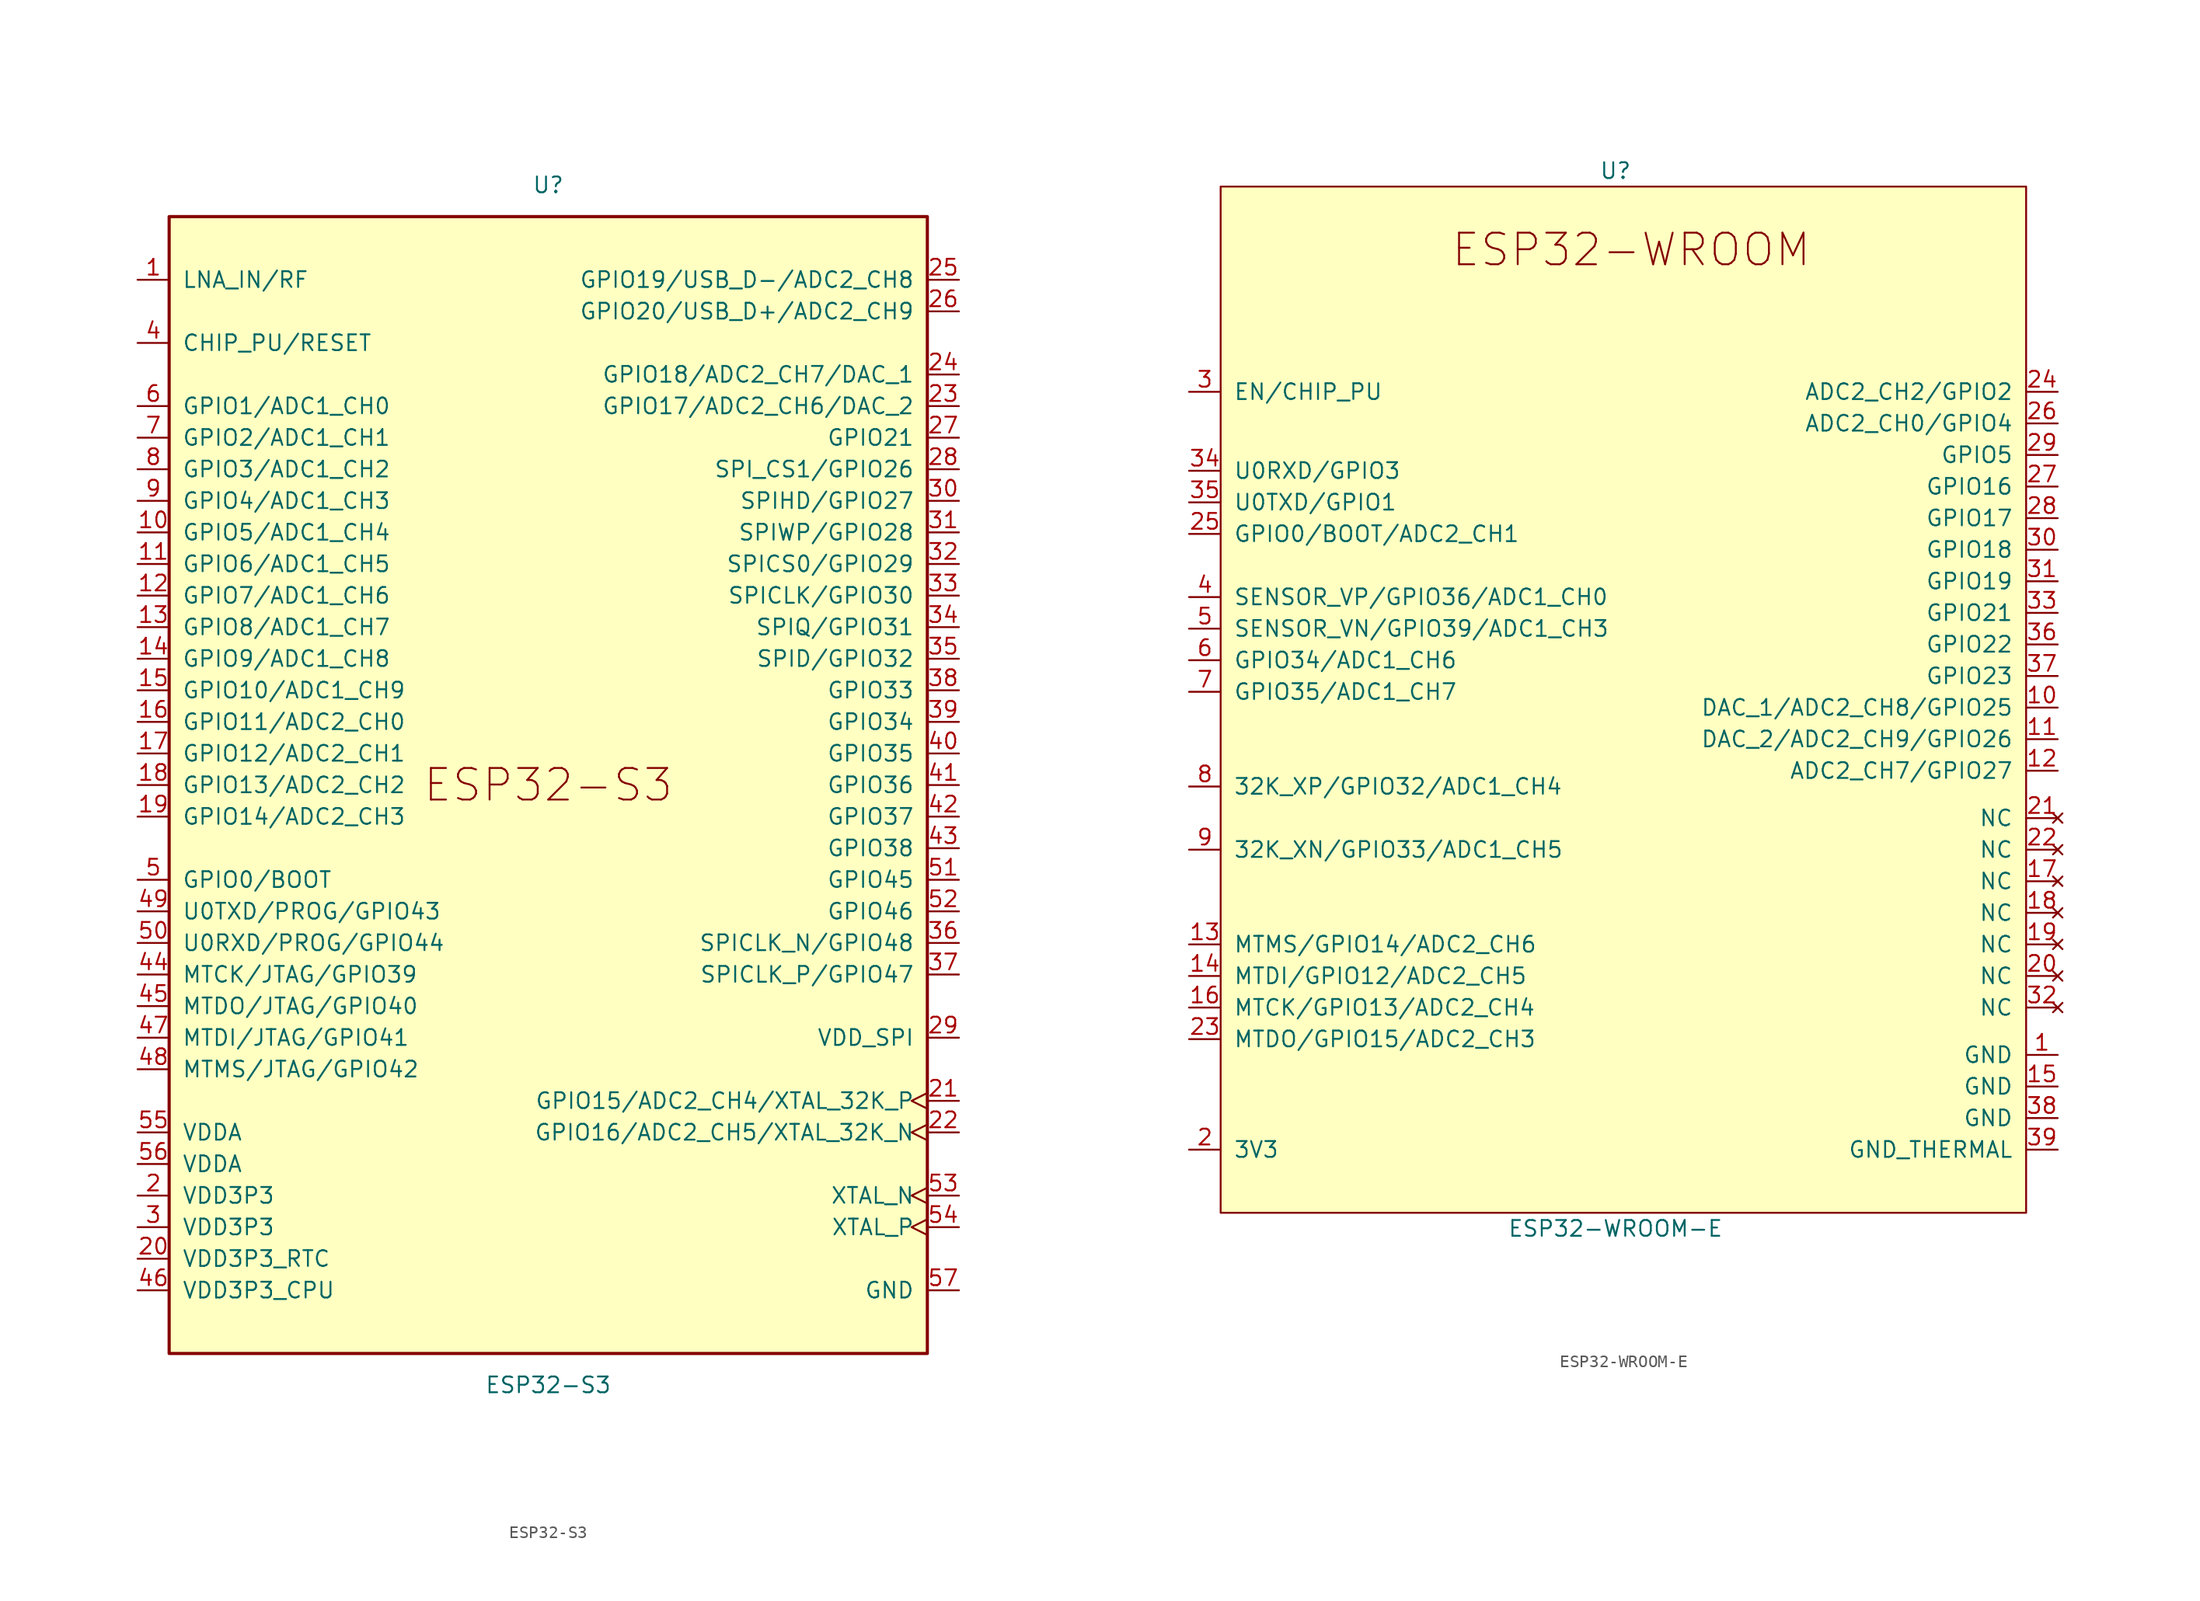
<source format=kicad_sym>
(kicad_symbol_lib
  (version 20211014)
  (generator kicad_symbol_editor)
  (symbol "ESP32-S3"
    (pin_names
      (offset 1.016))
    (property "Reference" "U"
      (at 0 48.26 0)
      (effects (font (size 1.27 1.27))))
    (property "Value" "ESP32-S3"
      (at 0 -48.26 0)
      (effects (font (size 1.27 1.27))))
    (symbol "ESP32-S3_0_0"
      (text "ESP32-S3" (at 0 0 0) (effects (font (size 2.54 2.54))))
      (pin bidirectional line (at 33.02 -12.7 180) (length 2.54) (name "SPICLK_N/GPIO48" (effects (font (size 1.27 1.27)))) (number "36" (effects (font (size 1.27 1.27)))))
      (pin bidirectional line (at 33.02 -15.24 180) (length 2.54) (name "SPICLK_P/GPIO47" (effects (font (size 1.27 1.27)))) (number "37" (effects (font (size 1.27 1.27))))))
    (symbol "ESP32-S3_0_1"
      (rectangle (start -30.48 45.72) (end 30.48 -45.72) (stroke (width 0.254) (type default) (color 0 0 0 0)) (fill (type background))))
    (symbol "ESP32-S3_1_1"
      (pin bidirectional line (at -33.02 40.64 0) (length 2.54) (name "LNA_IN/RF" (effects (font (size 1.27 1.27)))) (number "1" (effects (font (size 1.27 1.27)))))
      (pin bidirectional line (at -33.02 20.32 0) (length 2.54) (name "GPIO5/ADC1_CH4" (effects (font (size 1.27 1.27)))) (number "10" (effects (font (size 1.27 1.27)))))
      (pin bidirectional line (at -33.02 17.78 0) (length 2.54) (name "GPIO6/ADC1_CH5" (effects (font (size 1.27 1.27)))) (number "11" (effects (font (size 1.27 1.27)))))
      (pin bidirectional line (at -33.02 15.24 0) (length 2.54) (name "GPIO7/ADC1_CH6" (effects (font (size 1.27 1.27)))) (number "12" (effects (font (size 1.27 1.27)))))
      (pin bidirectional line (at -33.02 12.7 0) (length 2.54) (name "GPIO8/ADC1_CH7" (effects (font (size 1.27 1.27)))) (number "13" (effects (font (size 1.27 1.27)))))
      (pin bidirectional line (at -33.02 10.16 0) (length 2.54) (name "GPIO9/ADC1_CH8" (effects (font (size 1.27 1.27)))) (number "14" (effects (font (size 1.27 1.27)))))
      (pin bidirectional line (at -33.02 7.62 0) (length 2.54) (name "GPIO10/ADC1_CH9" (effects (font (size 1.27 1.27)))) (number "15" (effects (font (size 1.27 1.27)))))
      (pin bidirectional line (at -33.02 5.08 0) (length 2.54) (name "GPIO11/ADC2_CH0" (effects (font (size 1.27 1.27)))) (number "16" (effects (font (size 1.27 1.27)))))
      (pin bidirectional line (at -33.02 2.54 0) (length 2.54) (name "GPIO12/ADC2_CH1" (effects (font (size 1.27 1.27)))) (number "17" (effects (font (size 1.27 1.27)))))
      (pin bidirectional line (at -33.02 0 0) (length 2.54) (name "GPIO13/ADC2_CH2" (effects (font (size 1.27 1.27)))) (number "18" (effects (font (size 1.27 1.27)))))
      (pin bidirectional line (at -33.02 -2.54 0) (length 2.54) (name "GPIO14/ADC2_CH3" (effects (font (size 1.27 1.27)))) (number "19" (effects (font (size 1.27 1.27)))))
      (pin power_in line (at -33.02 -33.02 0) (length 2.54) (name "VDD3P3" (effects (font (size 1.27 1.27)))) (number "2" (effects (font (size 1.27 1.27)))))
      (pin power_in line (at -33.02 -38.1 0) (length 2.54) (name "VDD3P3_RTC" (effects (font (size 1.27 1.27)))) (number "20" (effects (font (size 1.27 1.27)))))
      (pin input clock (at 33.02 -25.4 180) (length 2.54) (name "GPIO15/ADC2_CH4/XTAL_32K_P" (effects (font (size 1.27 1.27)))) (number "21" (effects (font (size 1.27 1.27)))))
      (pin output clock (at 33.02 -27.94 180) (length 2.54) (name "GPIO16/ADC2_CH5/XTAL_32K_N" (effects (font (size 1.27 1.27)))) (number "22" (effects (font (size 1.27 1.27)))))
      (pin bidirectional line (at 33.02 30.48 180) (length 2.54) (name "GPIO17/ADC2_CH6/DAC_2" (effects (font (size 1.27 1.27)))) (number "23" (effects (font (size 1.27 1.27)))))
      (pin bidirectional line (at 33.02 33.02 180) (length 2.54) (name "GPIO18/ADC2_CH7/DAC_1" (effects (font (size 1.27 1.27)))) (number "24" (effects (font (size 1.27 1.27)))))
      (pin bidirectional line (at 33.02 40.64 180) (length 2.54) (name "GPIO19/USB_D-/ADC2_CH8" (effects (font (size 1.27 1.27)))) (number "25" (effects (font (size 1.27 1.27)))))
      (pin bidirectional line (at 33.02 38.1 180) (length 2.54) (name "GPIO20/USB_D+/ADC2_CH9" (effects (font (size 1.27 1.27)))) (number "26" (effects (font (size 1.27 1.27)))))
      (pin bidirectional line (at 33.02 27.94 180) (length 2.54) (name "GPIO21" (effects (font (size 1.27 1.27)))) (number "27" (effects (font (size 1.27 1.27)))))
      (pin bidirectional line (at 33.02 25.4 180) (length 2.54) (name "SPI_CS1/GPIO26" (effects (font (size 1.27 1.27)))) (number "28" (effects (font (size 1.27 1.27)))))
      (pin power_out line (at 33.02 -20.32 180) (length 2.54) (name "VDD_SPI" (effects (font (size 1.27 1.27)))) (number "29" (effects (font (size 1.27 1.27)))))
      (pin power_in line (at -33.02 -35.56 0) (length 2.54) (name "VDD3P3" (effects (font (size 1.27 1.27)))) (number "3" (effects (font (size 1.27 1.27)))))
      (pin bidirectional line (at 33.02 22.86 180) (length 2.54) (name "SPIHD/GPIO27" (effects (font (size 1.27 1.27)))) (number "30" (effects (font (size 1.27 1.27)))))
      (pin bidirectional line (at 33.02 20.32 180) (length 2.54) (name "SPIWP/GPIO28" (effects (font (size 1.27 1.27)))) (number "31" (effects (font (size 1.27 1.27)))))
      (pin bidirectional line (at 33.02 17.78 180) (length 2.54) (name "SPICS0/GPIO29" (effects (font (size 1.27 1.27)))) (number "32" (effects (font (size 1.27 1.27)))))
      (pin bidirectional line (at 33.02 15.24 180) (length 2.54) (name "SPICLK/GPIO30" (effects (font (size 1.27 1.27)))) (number "33" (effects (font (size 1.27 1.27)))))
      (pin bidirectional line (at 33.02 12.7 180) (length 2.54) (name "SPIQ/GPIO31" (effects (font (size 1.27 1.27)))) (number "34" (effects (font (size 1.27 1.27)))))
      (pin bidirectional line (at 33.02 10.16 180) (length 2.54) (name "SPID/GPIO32" (effects (font (size 1.27 1.27)))) (number "35" (effects (font (size 1.27 1.27)))))
      (pin bidirectional line (at 33.02 7.62 180) (length 2.54) (name "GPIO33" (effects (font (size 1.27 1.27)))) (number "38" (effects (font (size 1.27 1.27)))))
      (pin bidirectional line (at 33.02 5.08 180) (length 2.54) (name "GPIO34" (effects (font (size 1.27 1.27)))) (number "39" (effects (font (size 1.27 1.27)))))
      (pin input line (at -33.02 35.56 0) (length 2.54) (name "CHIP_PU/RESET" (effects (font (size 1.27 1.27)))) (number "4" (effects (font (size 1.27 1.27)))))
      (pin bidirectional line (at 33.02 2.54 180) (length 2.54) (name "GPIO35" (effects (font (size 1.27 1.27)))) (number "40" (effects (font (size 1.27 1.27)))))
      (pin bidirectional line (at 33.02 0 180) (length 2.54) (name "GPIO36" (effects (font (size 1.27 1.27)))) (number "41" (effects (font (size 1.27 1.27)))))
      (pin bidirectional line (at 33.02 -2.54 180) (length 2.54) (name "GPIO37" (effects (font (size 1.27 1.27)))) (number "42" (effects (font (size 1.27 1.27)))))
      (pin bidirectional line (at 33.02 -5.08 180) (length 2.54) (name "GPIO38" (effects (font (size 1.27 1.27)))) (number "43" (effects (font (size 1.27 1.27)))))
      (pin bidirectional line (at -33.02 -15.24 0) (length 2.54) (name "MTCK/JTAG/GPIO39" (effects (font (size 1.27 1.27)))) (number "44" (effects (font (size 1.27 1.27)))))
      (pin bidirectional line (at -33.02 -17.78 0) (length 2.54) (name "MTDO/JTAG/GPIO40" (effects (font (size 1.27 1.27)))) (number "45" (effects (font (size 1.27 1.27)))))
      (pin power_in line (at -33.02 -40.64 0) (length 2.54) (name "VDD3P3_CPU" (effects (font (size 1.27 1.27)))) (number "46" (effects (font (size 1.27 1.27)))))
      (pin bidirectional line (at -33.02 -20.32 0) (length 2.54) (name "MTDI/JTAG/GPIO41" (effects (font (size 1.27 1.27)))) (number "47" (effects (font (size 1.27 1.27)))))
      (pin bidirectional line (at -33.02 -22.86 0) (length 2.54) (name "MTMS/JTAG/GPIO42" (effects (font (size 1.27 1.27)))) (number "48" (effects (font (size 1.27 1.27)))))
      (pin bidirectional line (at -33.02 -10.16 0) (length 2.54) (name "U0TXD/PROG/GPIO43" (effects (font (size 1.27 1.27)))) (number "49" (effects (font (size 1.27 1.27)))))
      (pin bidirectional line (at -33.02 -7.62 0) (length 2.54) (name "GPIO0/BOOT" (effects (font (size 1.27 1.27)))) (number "5" (effects (font (size 1.27 1.27)))))
      (pin bidirectional line (at -33.02 -12.7 0) (length 2.54) (name "U0RXD/PROG/GPIO44" (effects (font (size 1.27 1.27)))) (number "50" (effects (font (size 1.27 1.27)))))
      (pin bidirectional line (at 33.02 -7.62 180) (length 2.54) (name "GPIO45" (effects (font (size 1.27 1.27)))) (number "51" (effects (font (size 1.27 1.27)))))
      (pin bidirectional line (at 33.02 -10.16 180) (length 2.54) (name "GPIO46" (effects (font (size 1.27 1.27)))) (number "52" (effects (font (size 1.27 1.27)))))
      (pin input clock (at 33.02 -33.02 180) (length 2.54) (name "XTAL_N" (effects (font (size 1.27 1.27)))) (number "53" (effects (font (size 1.27 1.27)))))
      (pin output clock (at 33.02 -35.56 180) (length 2.54) (name "XTAL_P" (effects (font (size 1.27 1.27)))) (number "54" (effects (font (size 1.27 1.27)))))
      (pin power_in line (at -33.02 -27.94 0) (length 2.54) (name "VDDA" (effects (font (size 1.27 1.27)))) (number "55" (effects (font (size 1.27 1.27)))))
      (pin power_in line (at -33.02 -30.48 0) (length 2.54) (name "VDDA" (effects (font (size 1.27 1.27)))) (number "56" (effects (font (size 1.27 1.27)))))
      (pin power_in line (at 33.02 -40.64 180) (length 2.54) (name "GND" (effects (font (size 1.27 1.27)))) (number "57" (effects (font (size 1.27 1.27)))))
      (pin bidirectional line (at -33.02 30.48 0) (length 2.54) (name "GPIO1/ADC1_CH0" (effects (font (size 1.27 1.27)))) (number "6" (effects (font (size 1.27 1.27)))))
      (pin bidirectional line (at -33.02 27.94 0) (length 2.54) (name "GPIO2/ADC1_CH1" (effects (font (size 1.27 1.27)))) (number "7" (effects (font (size 1.27 1.27)))))
      (pin bidirectional line (at -33.02 25.4 0) (length 2.54) (name "GPIO3/ADC1_CH2" (effects (font (size 1.27 1.27)))) (number "8" (effects (font (size 1.27 1.27)))))
      (pin bidirectional line (at -33.02 22.86 0) (length 2.54) (name "GPIO4/ADC1_CH3" (effects (font (size 1.27 1.27)))) (number "9" (effects (font (size 1.27 1.27)))))))
  (symbol "ESP32-WROOM-E"
    (pin_names
      (offset 1.016))
    (property "Reference" "U"
      (at 0 43.18 0)
      (effects (font (size 1.27 1.27))))
    (property "Value" "ESP32-WROOM-E"
      (at 0 -41.91 0)
      (effects (font (size 1.27 1.27))))
    (symbol "ESP32-WROOM-E_0_1"
      (rectangle (start 33.02 41.91) (end -31.75 -40.64) (stroke (width 0) (type default) (color 0 0 0 0)) (fill (type background))))
    (symbol "ESP32-WROOM-E_1_1"
      (text "ESP32-­WROOM­" (at 1.27 36.83 0) (effects (font (size 2.54 2.54))))
      (pin power_in line (at 35.56 -27.94 180) (length 2.54) (name "GND" (effects (font (size 1.27 1.27)))) (number "1" (effects (font (size 1.27 1.27)))))
      (pin bidirectional line (at 35.56 0 180) (length 2.54) (name "DAC_1/ADC2_CH8/GPIO25" (effects (font (size 1.27 1.27)))) (number "10" (effects (font (size 1.27 1.27)))))
      (pin bidirectional line (at 35.56 -2.54 180) (length 2.54) (name "DAC_2/ADC2_CH9/GPIO26" (effects (font (size 1.27 1.27)))) (number "11" (effects (font (size 1.27 1.27)))))
      (pin bidirectional line (at 35.56 -5.08 180) (length 2.54) (name "ADC2_CH7/GPIO27" (effects (font (size 1.27 1.27)))) (number "12" (effects (font (size 1.27 1.27)))))
      (pin bidirectional line (at -34.29 -19.05 0) (length 2.54) (name "MTMS/GPIO14/ADC2_CH6" (effects (font (size 1.27 1.27)))) (number "13" (effects (font (size 1.27 1.27)))))
      (pin bidirectional line (at -34.29 -21.59 0) (length 2.54) (name "MTDI/GPIO12/ADC2_CH5" (effects (font (size 1.27 1.27)))) (number "14" (effects (font (size 1.27 1.27)))))
      (pin power_in line (at 35.56 -30.48 180) (length 2.54) (name "GND" (effects (font (size 1.27 1.27)))) (number "15" (effects (font (size 1.27 1.27)))))
      (pin bidirectional line (at -34.29 -24.13 0) (length 2.54) (name "MTCK/GPIO13/ADC2_CH4" (effects (font (size 1.27 1.27)))) (number "16" (effects (font (size 1.27 1.27)))))
      (pin no_connect line (at 35.56 -13.97 180) (length 2.54) (name "NC" (effects (font (size 1.27 1.27)))) (number "17" (effects (font (size 1.27 1.27)))))
      (pin no_connect line (at 35.56 -16.51 180) (length 2.54) (name "NC" (effects (font (size 1.27 1.27)))) (number "18" (effects (font (size 1.27 1.27)))))
      (pin no_connect line (at 35.56 -19.05 180) (length 2.54) (name "NC" (effects (font (size 1.27 1.27)))) (number "19" (effects (font (size 1.27 1.27)))))
      (pin power_in line (at -34.29 -35.56 0) (length 2.54) (name "3V3" (effects (font (size 1.27 1.27)))) (number "2" (effects (font (size 1.27 1.27)))))
      (pin no_connect line (at 35.56 -21.59 180) (length 2.54) (name "NC" (effects (font (size 1.27 1.27)))) (number "20" (effects (font (size 1.27 1.27)))))
      (pin no_connect line (at 35.56 -8.89 180) (length 2.54) (name "NC" (effects (font (size 1.27 1.27)))) (number "21" (effects (font (size 1.27 1.27)))))
      (pin no_connect line (at 35.56 -11.43 180) (length 2.54) (name "NC" (effects (font (size 1.27 1.27)))) (number "22" (effects (font (size 1.27 1.27)))))
      (pin bidirectional line (at -34.29 -26.67 0) (length 2.54) (name "MTDO/GPIO15/ADC2_CH3" (effects (font (size 1.27 1.27)))) (number "23" (effects (font (size 1.27 1.27)))))
      (pin bidirectional line (at 35.56 25.4 180) (length 2.54) (name "ADC2_CH2/GPIO2" (effects (font (size 1.27 1.27)))) (number "24" (effects (font (size 1.27 1.27)))))
      (pin bidirectional line (at -34.29 13.97 0) (length 2.54) (name "GPIO0/BOOT/ADC2_CH1" (effects (font (size 1.27 1.27)))) (number "25" (effects (font (size 1.27 1.27)))))
      (pin bidirectional line (at 35.56 22.86 180) (length 2.54) (name "ADC2_CH0/GPIO4" (effects (font (size 1.27 1.27)))) (number "26" (effects (font (size 1.27 1.27)))))
      (pin bidirectional line (at 35.56 17.78 180) (length 2.54) (name "GPIO16" (effects (font (size 1.27 1.27)))) (number "27" (effects (font (size 1.27 1.27)))))
      (pin bidirectional line (at 35.56 15.24 180) (length 2.54) (name "GPIO17" (effects (font (size 1.27 1.27)))) (number "28" (effects (font (size 1.27 1.27)))))
      (pin bidirectional line (at 35.56 20.32 180) (length 2.54) (name "GPIO5" (effects (font (size 1.27 1.27)))) (number "29" (effects (font (size 1.27 1.27)))))
      (pin input line (at -34.29 25.4 0) (length 2.54) (name "EN/CHIP_PU" (effects (font (size 1.27 1.27)))) (number "3" (effects (font (size 1.27 1.27)))))
      (pin bidirectional line (at 35.56 12.7 180) (length 2.54) (name "GPIO18" (effects (font (size 1.27 1.27)))) (number "30" (effects (font (size 1.27 1.27)))))
      (pin bidirectional line (at 35.56 10.16 180) (length 2.54) (name "GPIO19" (effects (font (size 1.27 1.27)))) (number "31" (effects (font (size 1.27 1.27)))))
      (pin no_connect line (at 35.56 -24.13 180) (length 2.54) (name "NC" (effects (font (size 1.27 1.27)))) (number "32" (effects (font (size 1.27 1.27)))))
      (pin bidirectional line (at 35.56 7.62 180) (length 2.54) (name "GPIO21" (effects (font (size 1.27 1.27)))) (number "33" (effects (font (size 1.27 1.27)))))
      (pin bidirectional line (at -34.29 19.05 0) (length 2.54) (name "U0RXD/GPIO3" (effects (font (size 1.27 1.27)))) (number "34" (effects (font (size 1.27 1.27)))))
      (pin bidirectional line (at -34.29 16.51 0) (length 2.54) (name "U0TXD/GPIO1" (effects (font (size 1.27 1.27)))) (number "35" (effects (font (size 1.27 1.27)))))
      (pin bidirectional line (at 35.56 5.08 180) (length 2.54) (name "GPIO22" (effects (font (size 1.27 1.27)))) (number "36" (effects (font (size 1.27 1.27)))))
      (pin bidirectional line (at 35.56 2.54 180) (length 2.54) (name "GPIO23" (effects (font (size 1.27 1.27)))) (number "37" (effects (font (size 1.27 1.27)))))
      (pin power_in line (at 35.56 -33.02 180) (length 2.54) (name "GND" (effects (font (size 1.27 1.27)))) (number "38" (effects (font (size 1.27 1.27)))))
      (pin power_in line (at 35.56 -35.56 180) (length 2.54) (name "GND_THERMAL" (effects (font (size 1.27 1.27)))) (number "39" (effects (font (size 1.27 1.27)))))
      (pin input line (at -34.29 8.89 0) (length 2.54) (name "SENSOR_VP/GPIO36/ADC1_CH0" (effects (font (size 1.27 1.27)))) (number "4" (effects (font (size 1.27 1.27)))))
      (pin input line (at -34.29 6.35 0) (length 2.54) (name "SENSOR_VN/GPIO39/ADC1_CH3" (effects (font (size 1.27 1.27)))) (number "5" (effects (font (size 1.27 1.27)))))
      (pin input line (at -34.29 3.81 0) (length 2.54) (name "GPIO34/ADC1_CH6" (effects (font (size 1.27 1.27)))) (number "6" (effects (font (size 1.27 1.27)))))
      (pin input line (at -34.29 1.27 0) (length 2.54) (name "GPIO35/ADC1_CH7" (effects (font (size 1.27 1.27)))) (number "7" (effects (font (size 1.27 1.27)))))
      (pin bidirectional line (at -34.29 -6.35 0) (length 2.54) (name "32K_XP/GPIO32/ADC1_CH4" (effects (font (size 1.27 1.27)))) (number "8" (effects (font (size 1.27 1.27)))))
      (pin bidirectional line (at -34.29 -11.43 0) (length 2.54) (name "32K_XN/GPIO33/ADC1_CH5" (effects (font (size 1.27 1.27)))) (number "9" (effects (font (size 1.27 1.27))))))))
</source>
